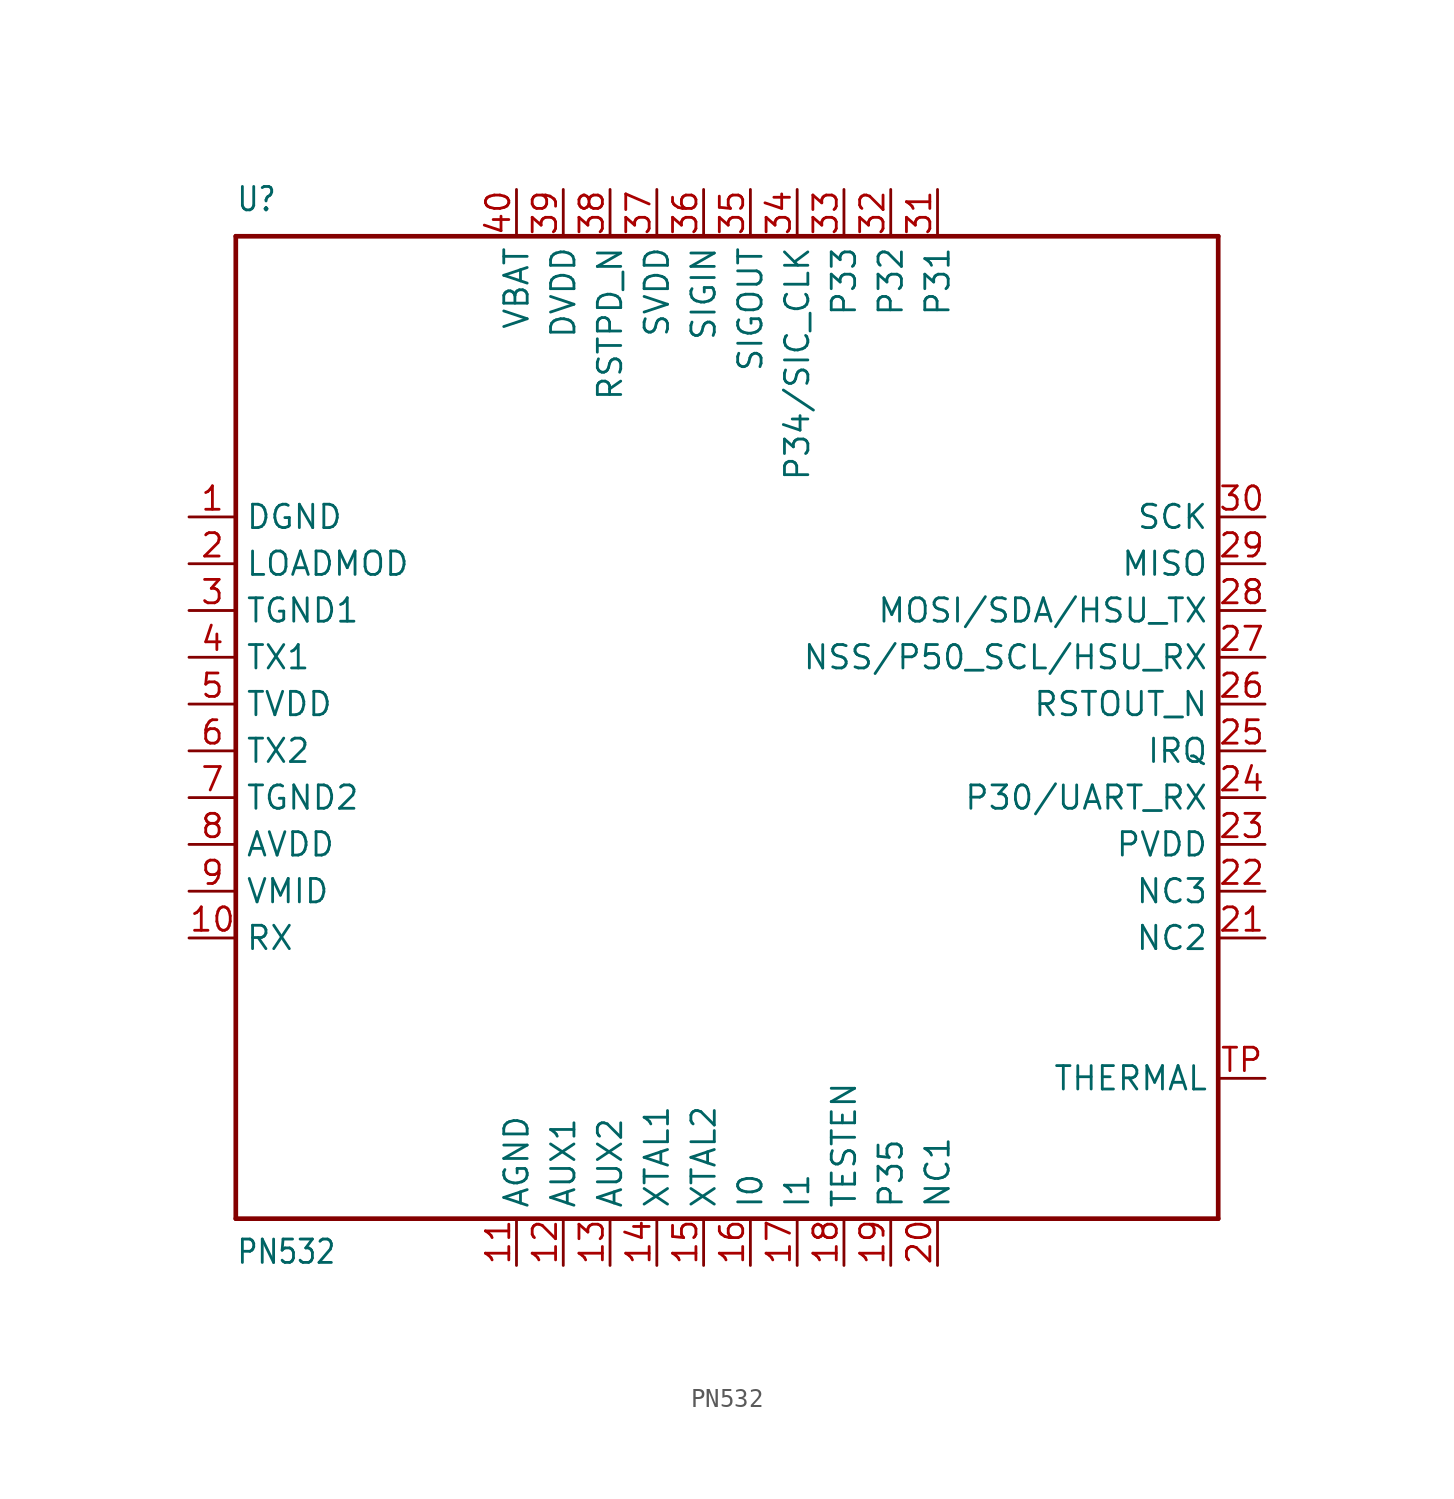
<source format=kicad_sym>
(kicad_symbol_lib
  (version 20211014)
  (generator kicad_symbol_editor)
  (symbol "PN532"
    (property "Reference" "U"
      (at -27.94 29.21 0)
      (effects (font (size 1.27 1.079)) (justify left bottom)))
    (property "Value" "PN532"
      (at -27.94 -27.94 0)
      (effects (font (size 1.27 1.079)) (justify left bottom)))
    (property "ki_locked" ""
      (at 0 0 0)
      (effects (font (size 1.27 1.27))))
    (symbol "PN532_1_0"
      (polyline (pts (xy -27.94 -25.4) (xy -27.94 27.94)) (stroke (width 0.254) (type default) (color 0 0 0 0)) (fill (type none)))
      (polyline (pts (xy -27.94 27.94) (xy 25.4 27.94)) (stroke (width 0.254) (type default) (color 0 0 0 0)) (fill (type none)))
      (polyline (pts (xy 25.4 -25.4) (xy -27.94 -25.4)) (stroke (width 0.254) (type default) (color 0 0 0 0)) (fill (type none)))
      (polyline (pts (xy 25.4 27.94) (xy 25.4 -25.4)) (stroke (width 0.254) (type default) (color 0 0 0 0)) (fill (type none)))
      (pin bidirectional line (at -30.48 12.7 0) (length 2.54) (name "DGND" (effects (font (size 1.27 1.27)))) (number "1" (effects (font (size 1.27 1.27)))))
      (pin bidirectional line (at -30.48 -10.16 0) (length 2.54) (name "RX" (effects (font (size 1.27 1.27)))) (number "10" (effects (font (size 1.27 1.27)))))
      (pin bidirectional line (at -12.7 -27.94 90) (length 2.54) (name "AGND" (effects (font (size 1.27 1.27)))) (number "11" (effects (font (size 1.27 1.27)))))
      (pin bidirectional line (at -10.16 -27.94 90) (length 2.54) (name "AUX1" (effects (font (size 1.27 1.27)))) (number "12" (effects (font (size 1.27 1.27)))))
      (pin bidirectional line (at -7.62 -27.94 90) (length 2.54) (name "AUX2" (effects (font (size 1.27 1.27)))) (number "13" (effects (font (size 1.27 1.27)))))
      (pin bidirectional line (at -5.08 -27.94 90) (length 2.54) (name "XTAL1" (effects (font (size 1.27 1.27)))) (number "14" (effects (font (size 1.27 1.27)))))
      (pin bidirectional line (at -2.54 -27.94 90) (length 2.54) (name "XTAL2" (effects (font (size 1.27 1.27)))) (number "15" (effects (font (size 1.27 1.27)))))
      (pin bidirectional line (at 0 -27.94 90) (length 2.54) (name "I0" (effects (font (size 1.27 1.27)))) (number "16" (effects (font (size 1.27 1.27)))))
      (pin bidirectional line (at 2.54 -27.94 90) (length 2.54) (name "I1" (effects (font (size 1.27 1.27)))) (number "17" (effects (font (size 1.27 1.27)))))
      (pin bidirectional line (at 5.08 -27.94 90) (length 2.54) (name "TESTEN" (effects (font (size 1.27 1.27)))) (number "18" (effects (font (size 1.27 1.27)))))
      (pin bidirectional line (at 7.62 -27.94 90) (length 2.54) (name "P35" (effects (font (size 1.27 1.27)))) (number "19" (effects (font (size 1.27 1.27)))))
      (pin bidirectional line (at -30.48 10.16 0) (length 2.54) (name "LOADMOD" (effects (font (size 1.27 1.27)))) (number "2" (effects (font (size 1.27 1.27)))))
      (pin bidirectional line (at 10.16 -27.94 90) (length 2.54) (name "NC1" (effects (font (size 1.27 1.27)))) (number "20" (effects (font (size 1.27 1.27)))))
      (pin bidirectional line (at 27.94 -10.16 180) (length 2.54) (name "NC2" (effects (font (size 1.27 1.27)))) (number "21" (effects (font (size 1.27 1.27)))))
      (pin bidirectional line (at 27.94 -7.62 180) (length 2.54) (name "NC3" (effects (font (size 1.27 1.27)))) (number "22" (effects (font (size 1.27 1.27)))))
      (pin bidirectional line (at 27.94 -5.08 180) (length 2.54) (name "PVDD" (effects (font (size 1.27 1.27)))) (number "23" (effects (font (size 1.27 1.27)))))
      (pin bidirectional line (at 27.94 -2.54 180) (length 2.54) (name "P30/UART_RX" (effects (font (size 1.27 1.27)))) (number "24" (effects (font (size 1.27 1.27)))))
      (pin bidirectional line (at 27.94 0 180) (length 2.54) (name "IRQ" (effects (font (size 1.27 1.27)))) (number "25" (effects (font (size 1.27 1.27)))))
      (pin bidirectional line (at 27.94 2.54 180) (length 2.54) (name "RSTOUT_N" (effects (font (size 1.27 1.27)))) (number "26" (effects (font (size 1.27 1.27)))))
      (pin bidirectional line (at 27.94 5.08 180) (length 2.54) (name "NSS/P50_SCL/HSU_RX" (effects (font (size 1.27 1.27)))) (number "27" (effects (font (size 1.27 1.27)))))
      (pin bidirectional line (at 27.94 7.62 180) (length 2.54) (name "MOSI/SDA/HSU_TX" (effects (font (size 1.27 1.27)))) (number "28" (effects (font (size 1.27 1.27)))))
      (pin bidirectional line (at 27.94 10.16 180) (length 2.54) (name "MISO" (effects (font (size 1.27 1.27)))) (number "29" (effects (font (size 1.27 1.27)))))
      (pin bidirectional line (at -30.48 7.62 0) (length 2.54) (name "TGND1" (effects (font (size 1.27 1.27)))) (number "3" (effects (font (size 1.27 1.27)))))
      (pin bidirectional line (at 27.94 12.7 180) (length 2.54) (name "SCK" (effects (font (size 1.27 1.27)))) (number "30" (effects (font (size 1.27 1.27)))))
      (pin bidirectional line (at 10.16 30.48 270) (length 2.54) (name "P31" (effects (font (size 1.27 1.27)))) (number "31" (effects (font (size 1.27 1.27)))))
      (pin bidirectional line (at 7.62 30.48 270) (length 2.54) (name "P32" (effects (font (size 1.27 1.27)))) (number "32" (effects (font (size 1.27 1.27)))))
      (pin bidirectional line (at 5.08 30.48 270) (length 2.54) (name "P33" (effects (font (size 1.27 1.27)))) (number "33" (effects (font (size 1.27 1.27)))))
      (pin bidirectional line (at 2.54 30.48 270) (length 2.54) (name "P34/SIC_CLK" (effects (font (size 1.27 1.27)))) (number "34" (effects (font (size 1.27 1.27)))))
      (pin bidirectional line (at 0 30.48 270) (length 2.54) (name "SIGOUT" (effects (font (size 1.27 1.27)))) (number "35" (effects (font (size 1.27 1.27)))))
      (pin bidirectional line (at -2.54 30.48 270) (length 2.54) (name "SIGIN" (effects (font (size 1.27 1.27)))) (number "36" (effects (font (size 1.27 1.27)))))
      (pin bidirectional line (at -5.08 30.48 270) (length 2.54) (name "SVDD" (effects (font (size 1.27 1.27)))) (number "37" (effects (font (size 1.27 1.27)))))
      (pin bidirectional line (at -7.62 30.48 270) (length 2.54) (name "RSTPD_N" (effects (font (size 1.27 1.27)))) (number "38" (effects (font (size 1.27 1.27)))))
      (pin bidirectional line (at -10.16 30.48 270) (length 2.54) (name "DVDD" (effects (font (size 1.27 1.27)))) (number "39" (effects (font (size 1.27 1.27)))))
      (pin bidirectional line (at -30.48 5.08 0) (length 2.54) (name "TX1" (effects (font (size 1.27 1.27)))) (number "4" (effects (font (size 1.27 1.27)))))
      (pin bidirectional line (at -12.7 30.48 270) (length 2.54) (name "VBAT" (effects (font (size 1.27 1.27)))) (number "40" (effects (font (size 1.27 1.27)))))
      (pin bidirectional line (at -30.48 2.54 0) (length 2.54) (name "TVDD" (effects (font (size 1.27 1.27)))) (number "5" (effects (font (size 1.27 1.27)))))
      (pin bidirectional line (at -30.48 0 0) (length 2.54) (name "TX2" (effects (font (size 1.27 1.27)))) (number "6" (effects (font (size 1.27 1.27)))))
      (pin bidirectional line (at -30.48 -2.54 0) (length 2.54) (name "TGND2" (effects (font (size 1.27 1.27)))) (number "7" (effects (font (size 1.27 1.27)))))
      (pin bidirectional line (at -30.48 -5.08 0) (length 2.54) (name "AVDD" (effects (font (size 1.27 1.27)))) (number "8" (effects (font (size 1.27 1.27)))))
      (pin bidirectional line (at -30.48 -7.62 0) (length 2.54) (name "VMID" (effects (font (size 1.27 1.27)))) (number "9" (effects (font (size 1.27 1.27)))))
      (pin bidirectional line (at 27.94 -17.78 180) (length 2.54) (name "THERMAL" (effects (font (size 1.27 1.27)))) (number "TP" (effects (font (size 1.27 1.27))))))))
</source>
